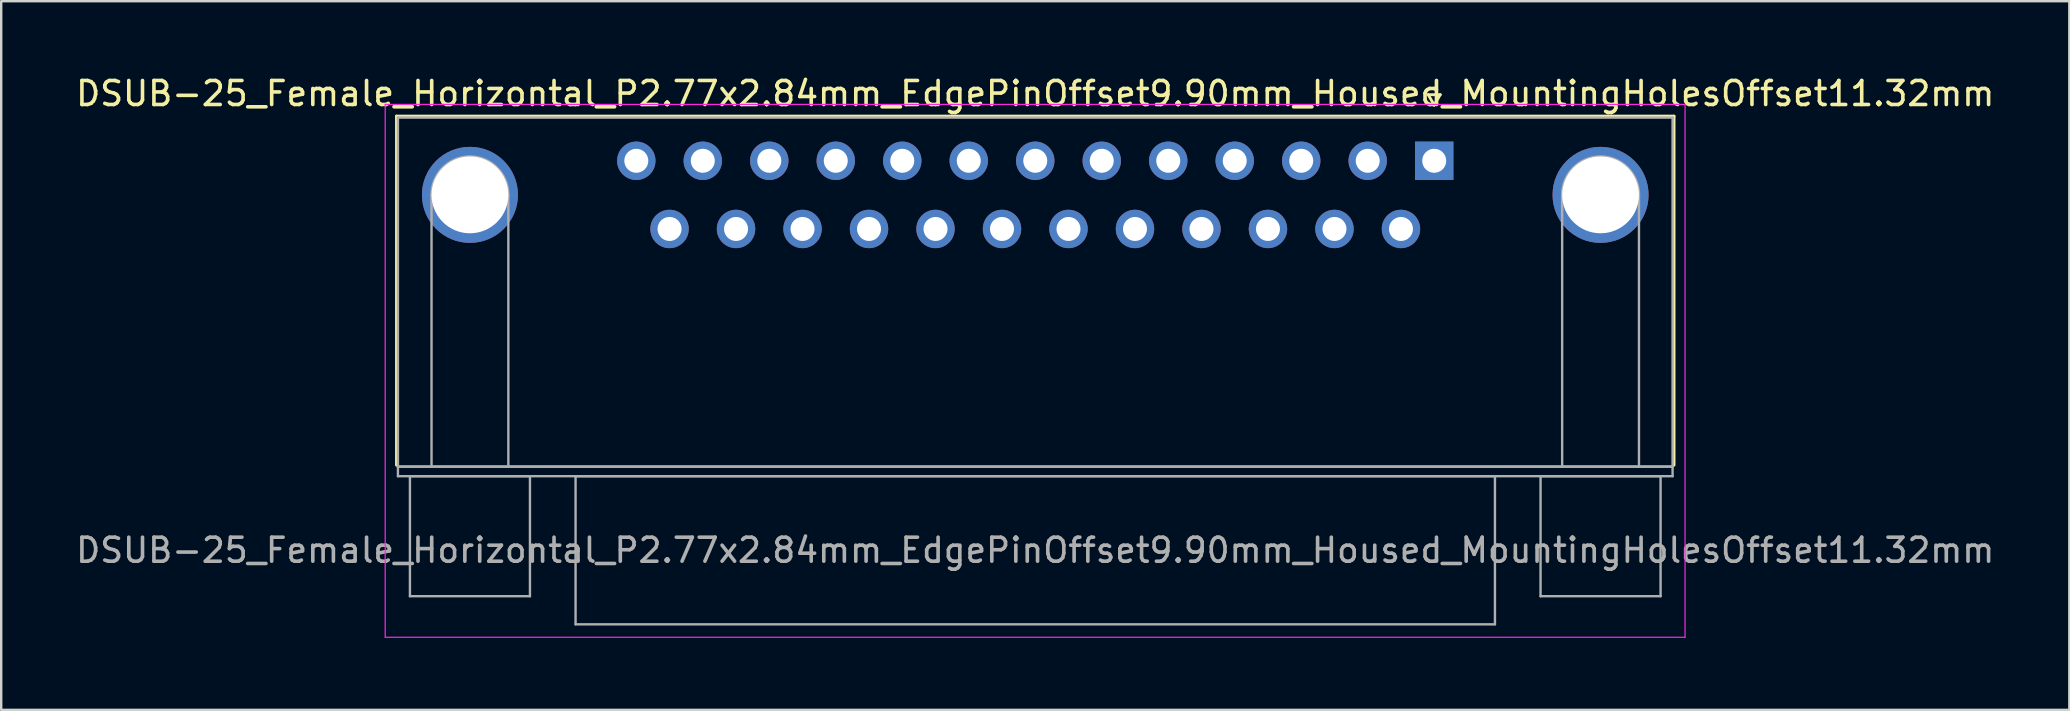
<source format=kicad_pcb>
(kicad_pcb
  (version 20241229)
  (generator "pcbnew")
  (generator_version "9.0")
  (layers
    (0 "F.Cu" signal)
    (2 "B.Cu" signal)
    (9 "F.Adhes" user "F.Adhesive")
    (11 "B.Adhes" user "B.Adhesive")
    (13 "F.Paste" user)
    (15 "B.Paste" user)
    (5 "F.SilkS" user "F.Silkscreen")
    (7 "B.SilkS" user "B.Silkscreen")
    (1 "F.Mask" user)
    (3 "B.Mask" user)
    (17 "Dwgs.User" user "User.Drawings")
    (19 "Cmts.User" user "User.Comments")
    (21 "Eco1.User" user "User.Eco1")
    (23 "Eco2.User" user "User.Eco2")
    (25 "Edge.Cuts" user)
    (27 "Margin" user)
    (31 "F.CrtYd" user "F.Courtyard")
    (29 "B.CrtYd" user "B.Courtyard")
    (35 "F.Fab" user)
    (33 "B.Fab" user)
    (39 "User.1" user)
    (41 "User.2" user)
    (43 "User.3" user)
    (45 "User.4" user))
  (footprint "DSUB-25_Female_Horizontal_P2.77x2.84mm_EdgePinOffset9.90mm_Housed_MountingHolesOffset11.32mm"
    (layer "F.Cu")
    (at 56.697 3.648)
    (property "Reference" "DSUB-25_Female_Horizontal_P2.77x2.84mm_EdgePinOffset9.90mm_Housed_MountingHolesOffset11.32mm" (at -16.62 -2.8 0) (layer "F.SilkS") (effects (font (size 1 1) (thickness 0.15))))
    (attr through_hole)
    (fp_line (start -43.23 -1.86) (end 9.99 -1.86) (stroke (width 0.12) (type solid)) (layer "F.SilkS"))
    (fp_line (start -43.23 12.68) (end -43.23 -1.86) (stroke (width 0.12) (type solid)) (layer "F.SilkS"))
    (fp_line (start -0.25 -2.754) (end 0.25 -2.754) (stroke (width 0.12) (type solid)) (layer "F.SilkS"))
    (fp_line (start 0 -2.321) (end -0.25 -2.754) (stroke (width 0.12) (type solid)) (layer "F.SilkS"))
    (fp_line (start 0.25 -2.754) (end 0 -2.321) (stroke (width 0.12) (type solid)) (layer "F.SilkS"))
    (fp_line (start 9.99 -1.86) (end 9.99 12.68) (stroke (width 0.12) (type solid)) (layer "F.SilkS"))
    (fp_line (start -43.7 -2.35) (end -43.7 19.85) (stroke (width 0.05) (type solid)) (layer "F.CrtYd"))
    (fp_line (start -43.7 19.85) (end 10.45 19.85) (stroke (width 0.05) (type solid)) (layer "F.CrtYd"))
    (fp_line (start 10.45 -2.35) (end -43.7 -2.35) (stroke (width 0.05) (type solid)) (layer "F.CrtYd"))
    (fp_line (start 10.45 19.85) (end 10.45 -2.35) (stroke (width 0.05) (type solid)) (layer "F.CrtYd"))
    (fp_line (start -43.17 -1.8) (end -43.17 12.74) (stroke (width 0.1) (type solid)) (layer "F.Fab"))
    (fp_line (start -43.17 12.74) (end -43.17 13.14) (stroke (width 0.1) (type solid)) (layer "F.Fab"))
    (fp_line (start -43.17 12.74) (end 9.93 12.74) (stroke (width 0.1) (type solid)) (layer "F.Fab"))
    (fp_line (start -43.17 13.14) (end 9.93 13.14) (stroke (width 0.1) (type solid)) (layer "F.Fab"))
    (fp_line (start -42.67 13.14) (end -42.67 18.14) (stroke (width 0.1) (type solid)) (layer "F.Fab"))
    (fp_line (start -42.67 18.14) (end -37.67 18.14) (stroke (width 0.1) (type solid)) (layer "F.Fab"))
    (fp_line (start -41.77 12.74) (end -41.77 1.42) (stroke (width 0.1) (type solid)) (layer "F.Fab"))
    (fp_line (start -38.57 12.74) (end -38.57 1.42) (stroke (width 0.1) (type solid)) (layer "F.Fab"))
    (fp_line (start -37.67 13.14) (end -42.67 13.14) (stroke (width 0.1) (type solid)) (layer "F.Fab"))
    (fp_line (start -37.67 18.14) (end -37.67 13.14) (stroke (width 0.1) (type solid)) (layer "F.Fab"))
    (fp_line (start -35.77 13.14) (end -35.77 19.31) (stroke (width 0.1) (type solid)) (layer "F.Fab"))
    (fp_line (start -35.77 19.31) (end 2.53 19.31) (stroke (width 0.1) (type solid)) (layer "F.Fab"))
    (fp_line (start 2.53 13.14) (end -35.77 13.14) (stroke (width 0.1) (type solid)) (layer "F.Fab"))
    (fp_line (start 2.53 19.31) (end 2.53 13.14) (stroke (width 0.1) (type solid)) (layer "F.Fab"))
    (fp_line (start 4.43 13.14) (end 4.43 18.14) (stroke (width 0.1) (type solid)) (layer "F.Fab"))
    (fp_line (start 4.43 18.14) (end 9.43 18.14) (stroke (width 0.1) (type solid)) (layer "F.Fab"))
    (fp_line (start 5.33 12.74) (end 5.33 1.42) (stroke (width 0.1) (type solid)) (layer "F.Fab"))
    (fp_line (start 8.53 12.74) (end 8.53 1.42) (stroke (width 0.1) (type solid)) (layer "F.Fab"))
    (fp_line (start 9.43 13.14) (end 4.43 13.14) (stroke (width 0.1) (type solid)) (layer "F.Fab"))
    (fp_line (start 9.43 18.14) (end 9.43 13.14) (stroke (width 0.1) (type solid)) (layer "F.Fab"))
    (fp_line (start 9.93 -1.8) (end -43.17 -1.8) (stroke (width 0.1) (type solid)) (layer "F.Fab"))
    (fp_line (start 9.93 12.74) (end -43.17 12.74) (stroke (width 0.1) (type solid)) (layer "F.Fab"))
    (fp_line (start 9.93 12.74) (end 9.93 -1.8) (stroke (width 0.1) (type solid)) (layer "F.Fab"))
    (fp_line (start 9.93 13.14) (end 9.93 12.74) (stroke (width 0.1) (type solid)) (layer "F.Fab"))
    (fp_arc (start -41.77 1.42) (mid -40.17 -0.18) (end -38.57 1.42) (stroke (width 0.1) (type solid)) (layer "F.Fab"))
    (fp_arc (start 5.33 1.42) (mid 6.93 -0.18) (end 8.53 1.42) (stroke (width 0.1) (type solid)) (layer "F.Fab"))
    (fp_text user "${REFERENCE}" (at -16.62 16.225 0) (layer "F.Fab") (effects (font (size 1 1) (thickness 0.15))))
    (pad "0" thru_hole circle (at -40.17 1.42) (size 4 4) (drill 3.2) (layers "*.Cu" "*.Mask"))
    (pad "0" thru_hole circle (at 6.93 1.42) (size 4 4) (drill 3.2) (layers "*.Cu" "*.Mask"))
    (pad "1" thru_hole rect (at 0 0) (size 1.6 1.6) (drill 1) (layers "*.Cu" "*.Mask"))
    (pad "2" thru_hole circle (at -2.77 0) (size 1.6 1.6) (drill 1) (layers "*.Cu" "*.Mask"))
    (pad "3" thru_hole circle (at -5.54 0) (size 1.6 1.6) (drill 1) (layers "*.Cu" "*.Mask"))
    (pad "4" thru_hole circle (at -8.31 0) (size 1.6 1.6) (drill 1) (layers "*.Cu" "*.Mask"))
    (pad "5" thru_hole circle (at -11.08 0) (size 1.6 1.6) (drill 1) (layers "*.Cu" "*.Mask"))
    (pad "6" thru_hole circle (at -13.85 0) (size 1.6 1.6) (drill 1) (layers "*.Cu" "*.Mask"))
    (pad "7" thru_hole circle (at -16.62 0) (size 1.6 1.6) (drill 1) (layers "*.Cu" "*.Mask"))
    (pad "8" thru_hole circle (at -19.39 0) (size 1.6 1.6) (drill 1) (layers "*.Cu" "*.Mask"))
    (pad "9" thru_hole circle (at -22.16 0) (size 1.6 1.6) (drill 1) (layers "*.Cu" "*.Mask"))
    (pad "10" thru_hole circle (at -24.93 0) (size 1.6 1.6) (drill 1) (layers "*.Cu" "*.Mask"))
    (pad "11" thru_hole circle (at -27.7 0) (size 1.6 1.6) (drill 1) (layers "*.Cu" "*.Mask"))
    (pad "12" thru_hole circle (at -30.47 0) (size 1.6 1.6) (drill 1) (layers "*.Cu" "*.Mask"))
    (pad "13" thru_hole circle (at -33.24 0) (size 1.6 1.6) (drill 1) (layers "*.Cu" "*.Mask"))
    (pad "14" thru_hole circle (at -1.385 2.84) (size 1.6 1.6) (drill 1) (layers "*.Cu" "*.Mask"))
    (pad "15" thru_hole circle (at -4.155 2.84) (size 1.6 1.6) (drill 1) (layers "*.Cu" "*.Mask"))
    (pad "16" thru_hole circle (at -6.925 2.84) (size 1.6 1.6) (drill 1) (layers "*.Cu" "*.Mask"))
    (pad "17" thru_hole circle (at -9.695 2.84) (size 1.6 1.6) (drill 1) (layers "*.Cu" "*.Mask"))
    (pad "18" thru_hole circle (at -12.465 2.84) (size 1.6 1.6) (drill 1) (layers "*.Cu" "*.Mask"))
    (pad "19" thru_hole circle (at -15.235 2.84) (size 1.6 1.6) (drill 1) (layers "*.Cu" "*.Mask"))
    (pad "20" thru_hole circle (at -18.005 2.84) (size 1.6 1.6) (drill 1) (layers "*.Cu" "*.Mask"))
    (pad "21" thru_hole circle (at -20.775 2.84) (size 1.6 1.6) (drill 1) (layers "*.Cu" "*.Mask"))
    (pad "22" thru_hole circle (at -23.545 2.84) (size 1.6 1.6) (drill 1) (layers "*.Cu" "*.Mask"))
    (pad "23" thru_hole circle (at -26.315 2.84) (size 1.6 1.6) (drill 1) (layers "*.Cu" "*.Mask"))
    (pad "24" thru_hole circle (at -29.085 2.84) (size 1.6 1.6) (drill 1) (layers "*.Cu" "*.Mask"))
    (pad "25" thru_hole circle (at -31.855 2.84) (size 1.6 1.6) (drill 1) (layers "*.Cu" "*.Mask")))
  (gr_rect
    (start -3 -3)
    (end 83.155 26.523)
    (stroke (width 0.1) (type default))
    (fill no)
    (layer "Edge.Cuts")))
</source>
